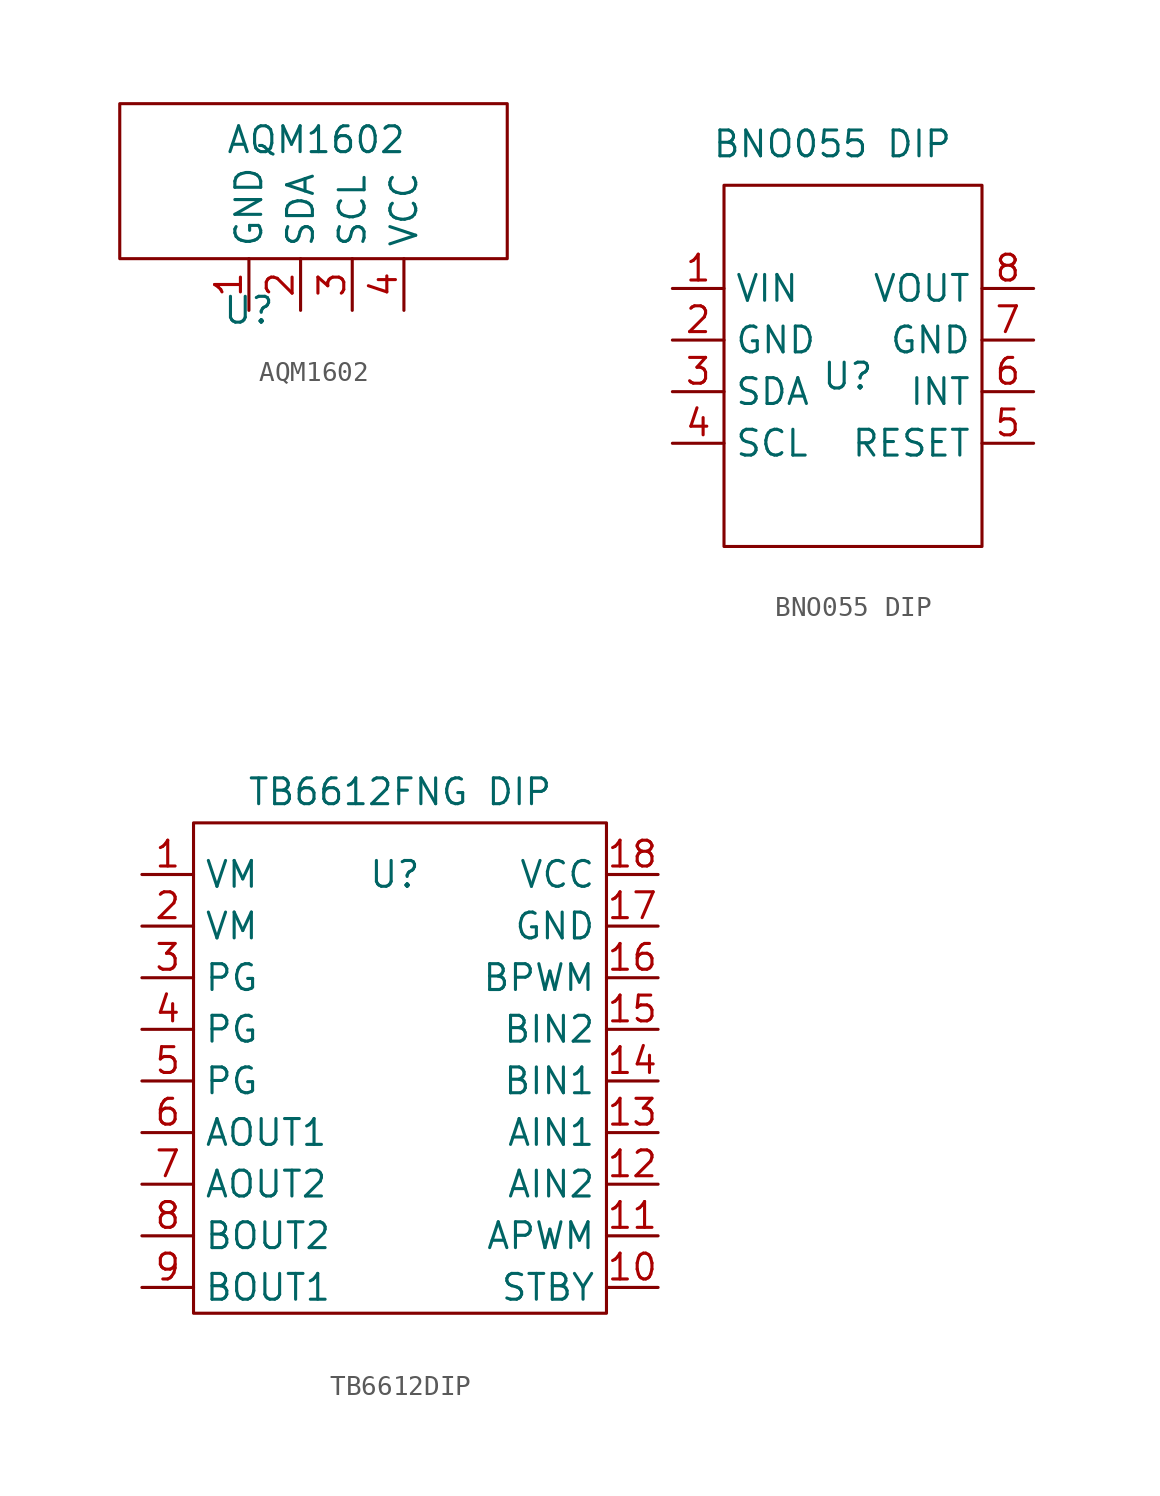
<source format=kicad_sym>
(kicad_symbol_lib
  (version 20231120)
  (generator "kicad_symbol_editor")
  (generator_version "8.0")
  (symbol "AQM1602"
    (property "Reference" "U"
      (at 0 0 0)
      (effects (font (size 1.27 1.27))))
    (property "Value" "AQM1602"
      (at 3.302 8.382 0)
      (effects (font (size 1.27 1.27))))
    (symbol "AQM1602_0_0"
      (pin power_in line (at 0 0 90) (length 2.54) (name "GND" (effects (font (size 1.27 1.27)))) (number "1" (effects (font (size 1.27 1.27)))))
      (pin input line (at 2.54 0 90) (length 2.54) (name "SDA" (effects (font (size 1.27 1.27)))) (number "2" (effects (font (size 1.27 1.27)))))
      (pin input line (at 5.08 0 90) (length 2.54) (name "SCL" (effects (font (size 1.27 1.27)))) (number "3" (effects (font (size 1.27 1.27)))))
      (pin power_in line (at 7.62 0 90) (length 2.54) (name "VCC" (effects (font (size 1.27 1.27)))) (number "4" (effects (font (size 1.27 1.27))))))
    (symbol "AQM1602_0_1"
      (rectangle (start -6.35 10.16) (end 12.7 2.54) (stroke (width 0) (type default)) (fill (type none)))))
  (symbol "BNO055 DIP"
    (property "Reference" "U"
      (at -0.254 -1.778 0)
      (effects (font (size 1.27 1.27))))
    (property "Value" "BNO055 DIP"
      (at -1.016 9.652 0)
      (effects (font (size 1.27 1.27))))
    (symbol "BNO055 DIP_0_1"
      (polyline (pts (xy -6.35 7.62) (xy -6.35 -10.16) (xy 6.35 -10.16) (xy 6.35 7.62) (xy -6.35 7.62)) (stroke (width 0) (type default)) (fill (type none))))
    (symbol "BNO055 DIP_1_1"
      (pin power_in line (at -8.89 2.54 0) (length 2.54) (name "VIN" (effects (font (size 1.27 1.27)))) (number "1" (effects (font (size 1.27 1.27)))))
      (pin power_in line (at -8.89 0 0) (length 2.54) (name "GND" (effects (font (size 1.27 1.27)))) (number "2" (effects (font (size 1.27 1.27)))))
      (pin bidirectional line (at -8.89 -2.54 0) (length 2.54) (name "SDA" (effects (font (size 1.27 1.27)))) (number "3" (effects (font (size 1.27 1.27)))))
      (pin input line (at -8.89 -5.08 0) (length 2.54) (name "SCL" (effects (font (size 1.27 1.27)))) (number "4" (effects (font (size 1.27 1.27)))))
      (pin input line (at 8.89 -5.08 180) (length 2.54) (name "RESET" (effects (font (size 1.27 1.27)))) (number "5" (effects (font (size 1.27 1.27)))))
      (pin input line (at 8.89 -2.54 180) (length 2.54) (name "INT" (effects (font (size 1.27 1.27)))) (number "6" (effects (font (size 1.27 1.27)))))
      (pin power_in line (at 8.89 0 180) (length 2.54) (name "GND" (effects (font (size 1.27 1.27)))) (number "7" (effects (font (size 1.27 1.27)))))
      (pin power_out line (at 8.89 2.54 180) (length 2.54) (name "VOUT" (effects (font (size 1.27 1.27)))) (number "8" (effects (font (size 1.27 1.27)))))))
  (symbol "TB6612DIP"
    (property "Reference" "U"
      (at 12.446 0 0)
      (effects (font (size 1.27 1.27))))
    (property "Value" "TB6612FNG DIP"
      (at 12.7 4.064 0)
      (effects (font (size 1.27 1.27))))
    (symbol "TB6612DIP_0_0"
      (pin power_in line (at 0 0 0) (length 2.54) (name "VM" (effects (font (size 1.27 1.27)))) (number "1" (effects (font (size 1.27 1.27)))))
      (pin input line (at 25.4 -10.16 180) (length 2.54) (name "BIN1" (effects (font (size 1.27 1.27)))) (number "14" (effects (font (size 1.27 1.27)))))
      (pin power_in line (at 0 -2.54 0) (length 2.54) (name "VM" (effects (font (size 1.27 1.27)))) (number "2" (effects (font (size 1.27 1.27)))))
      (pin power_in line (at 0 -5.08 0) (length 2.54) (name "PG" (effects (font (size 1.27 1.27)))) (number "3" (effects (font (size 1.27 1.27)))))
      (pin power_in line (at 0 -7.62 0) (length 2.54) (name "PG" (effects (font (size 1.27 1.27)))) (number "4" (effects (font (size 1.27 1.27)))))
      (pin power_in line (at 0 -10.16 0) (length 2.54) (name "PG" (effects (font (size 1.27 1.27)))) (number "5" (effects (font (size 1.27 1.27)))))
      (pin output line (at 0 -12.7 0) (length 2.54) (name "AOUT1" (effects (font (size 1.27 1.27)))) (number "6" (effects (font (size 1.27 1.27)))))
      (pin output line (at 0 -15.24 0) (length 2.54) (name "AOUT2" (effects (font (size 1.27 1.27)))) (number "7" (effects (font (size 1.27 1.27)))))
      (pin output line (at 0 -17.78 0) (length 2.54) (name "BOUT2" (effects (font (size 1.27 1.27)))) (number "8" (effects (font (size 1.27 1.27)))))
      (pin output line (at 0 -20.32 0) (length 2.54) (name "BOUT1" (effects (font (size 1.27 1.27)))) (number "9" (effects (font (size 1.27 1.27))))))
    (symbol "TB6612DIP_0_1"
      (rectangle (start 2.54 2.54) (end 22.86 -21.59) (stroke (width 0) (type default)) (fill (type none))))
    (symbol "TB6612DIP_1_0"
      (pin input line (at 25.4 -20.32 180) (length 2.54) (name "STBY" (effects (font (size 1.27 1.27)))) (number "10" (effects (font (size 1.27 1.27)))))
      (pin input line (at 25.4 -17.78 180) (length 2.54) (name "APWM" (effects (font (size 1.27 1.27)))) (number "11" (effects (font (size 1.27 1.27)))))
      (pin input line (at 25.4 -15.24 180) (length 2.54) (name "AIN2" (effects (font (size 1.27 1.27)))) (number "12" (effects (font (size 1.27 1.27)))))
      (pin input line (at 25.4 -12.7 180) (length 2.54) (name "AIN1" (effects (font (size 1.27 1.27)))) (number "13" (effects (font (size 1.27 1.27)))))
      (pin input line (at 25.4 -7.62 180) (length 2.54) (name "BIN2" (effects (font (size 1.27 1.27)))) (number "15" (effects (font (size 1.27 1.27)))))
      (pin input line (at 25.4 -5.08 180) (length 2.54) (name "BPWM" (effects (font (size 1.27 1.27)))) (number "16" (effects (font (size 1.27 1.27)))))
      (pin power_in line (at 25.4 -2.54 180) (length 2.54) (name "GND" (effects (font (size 1.27 1.27)))) (number "17" (effects (font (size 1.27 1.27)))))
      (pin power_in line (at 25.4 0 180) (length 2.54) (name "VCC" (effects (font (size 1.27 1.27)))) (number "18" (effects (font (size 1.27 1.27))))))))
</source>
